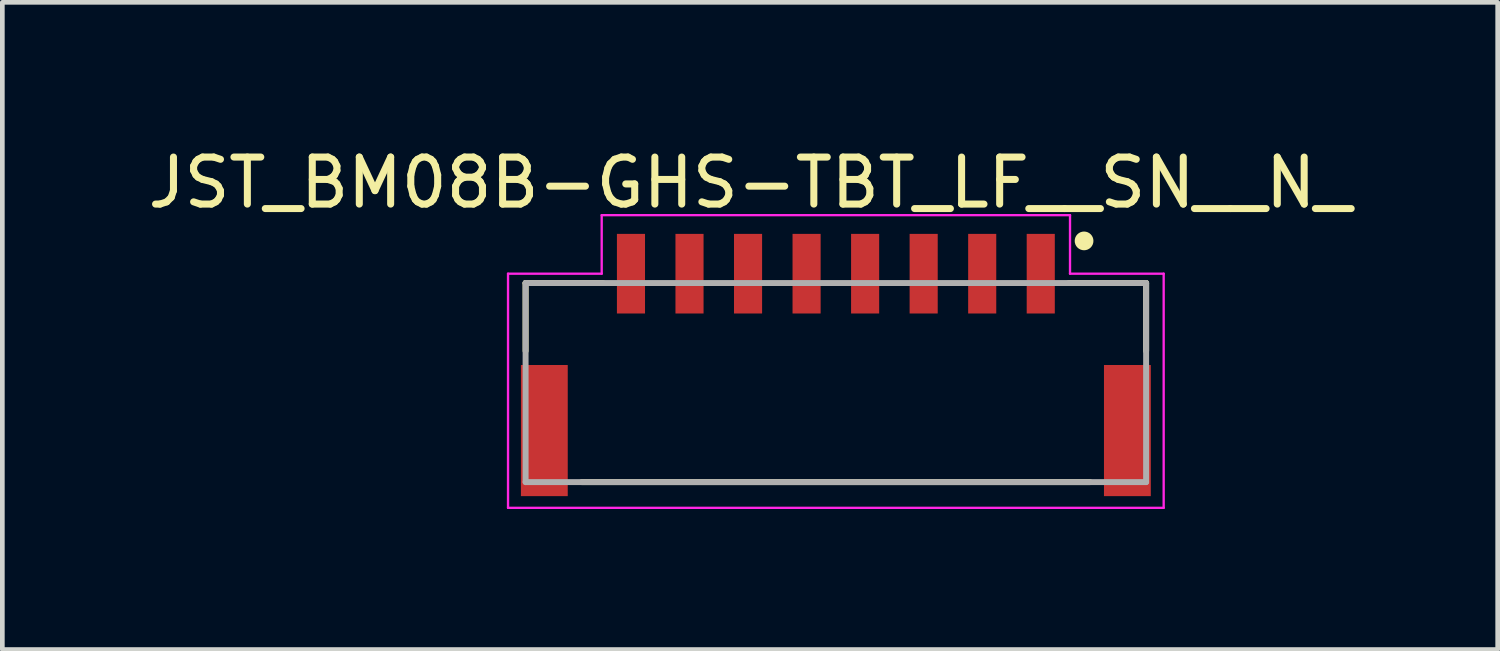
<source format=kicad_pcb>
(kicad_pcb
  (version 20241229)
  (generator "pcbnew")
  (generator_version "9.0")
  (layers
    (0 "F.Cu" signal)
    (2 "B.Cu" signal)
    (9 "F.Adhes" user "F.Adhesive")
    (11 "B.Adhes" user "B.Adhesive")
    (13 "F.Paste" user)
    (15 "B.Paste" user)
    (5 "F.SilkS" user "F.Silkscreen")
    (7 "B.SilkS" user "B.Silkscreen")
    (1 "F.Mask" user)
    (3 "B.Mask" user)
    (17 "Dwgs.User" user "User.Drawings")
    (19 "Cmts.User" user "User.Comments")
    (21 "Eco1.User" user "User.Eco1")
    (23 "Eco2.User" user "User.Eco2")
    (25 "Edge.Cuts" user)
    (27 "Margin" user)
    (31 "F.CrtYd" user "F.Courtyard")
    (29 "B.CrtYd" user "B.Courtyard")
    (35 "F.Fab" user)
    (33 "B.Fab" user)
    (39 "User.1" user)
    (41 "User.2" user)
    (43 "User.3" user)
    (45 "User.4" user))
  (footprint "JST_BM08B-GHS-TBT_LF__SN__N_"
    (layer "F.Cu")
    (at 14.798 2.794)
    (property "Reference" "JST_BM08B-GHS-TBT_LF__SN__N_" (at -1.833 -1.943 0) (layer "F.SilkS") (effects (font (size 1.004 1.004) (thickness 0.15))))
    (attr smd)
    (fp_line (start -6.625 0.2) (end -4.975 0.2) (stroke (width 0.127) (type solid)) (layer "F.SilkS"))
    (fp_line (start -6.625 1.65) (end -6.625 0.2) (stroke (width 0.127) (type solid)) (layer "F.SilkS"))
    (fp_line (start -5.425 4.45) (end 5.425 4.45) (stroke (width 0.127) (type solid)) (layer "F.SilkS"))
    (fp_line (start 4.975 0.2) (end 6.625 0.2) (stroke (width 0.127) (type solid)) (layer "F.SilkS"))
    (fp_line (start 6.625 1.65) (end 6.625 0.2) (stroke (width 0.127) (type solid)) (layer "F.SilkS"))
    (fp_circle (center 5.3 -0.7) (end 5.4 -0.7) (stroke (width 0.2) (type solid)) (fill no) (layer "F.SilkS"))
    (fp_line (start -7 0) (end -7 5) (stroke (width 0.05) (type solid)) (layer "F.CrtYd"))
    (fp_line (start -7 5) (end 7 5) (stroke (width 0.05) (type solid)) (layer "F.CrtYd"))
    (fp_line (start -5 -1.25) (end -5 0) (stroke (width 0.05) (type solid)) (layer "F.CrtYd"))
    (fp_line (start -5 0) (end -7 0) (stroke (width 0.05) (type solid)) (layer "F.CrtYd"))
    (fp_line (start 5 -1.25) (end -5 -1.25) (stroke (width 0.05) (type solid)) (layer "F.CrtYd"))
    (fp_line (start 5 0) (end 5 -1.25) (stroke (width 0.05) (type solid)) (layer "F.CrtYd"))
    (fp_line (start 7 0) (end 5 0) (stroke (width 0.05) (type solid)) (layer "F.CrtYd"))
    (fp_line (start 7 5) (end 7 0) (stroke (width 0.05) (type solid)) (layer "F.CrtYd"))
    (fp_line (start -6.625 0.2) (end 6.625 0.2) (stroke (width 0.127) (type solid)) (layer "F.Fab"))
    (fp_line (start -6.625 4.45) (end -6.625 0.2) (stroke (width 0.127) (type solid)) (layer "F.Fab"))
    (fp_line (start 6.625 0.2) (end 6.625 4.45) (stroke (width 0.127) (type solid)) (layer "F.Fab"))
    (fp_line (start 6.625 4.45) (end -6.625 4.45) (stroke (width 0.127) (type solid)) (layer "F.Fab"))
    (pad "1" smd rect (at 4.375 0) (size 0.6 1.7) (layers "F.Cu" "F.Mask" "F.Paste"))
    (pad "2" smd rect (at 3.125 0) (size 0.6 1.7) (layers "F.Cu" "F.Mask" "F.Paste"))
    (pad "3" smd rect (at 1.875 0) (size 0.6 1.7) (layers "F.Cu" "F.Mask" "F.Paste"))
    (pad "4" smd rect (at 0.625 0) (size 0.6 1.7) (layers "F.Cu" "F.Mask" "F.Paste"))
    (pad "5" smd rect (at -0.625 0) (size 0.6 1.7) (layers "F.Cu" "F.Mask" "F.Paste"))
    (pad "6" smd rect (at -1.875 0) (size 0.6 1.7) (layers "F.Cu" "F.Mask" "F.Paste"))
    (pad "7" smd rect (at -3.125 0) (size 0.6 1.7) (layers "F.Cu" "F.Mask" "F.Paste"))
    (pad "8" smd rect (at -4.375 0) (size 0.6 1.7) (layers "F.Cu" "F.Mask" "F.Paste"))
    (pad "P1" smd rect (at -6.225 3.35) (size 1 2.8) (layers "F.Cu" "F.Mask" "F.Paste"))
    (pad "P2" smd rect (at 6.225 3.35) (size 1 2.8) (layers "F.Cu" "F.Mask" "F.Paste")))
  (gr_rect
    (start -3 -3)
    (end 28.93 10.819)
    (stroke (width 0.1) (type default))
    (fill no)
    (layer "Edge.Cuts")))
</source>
